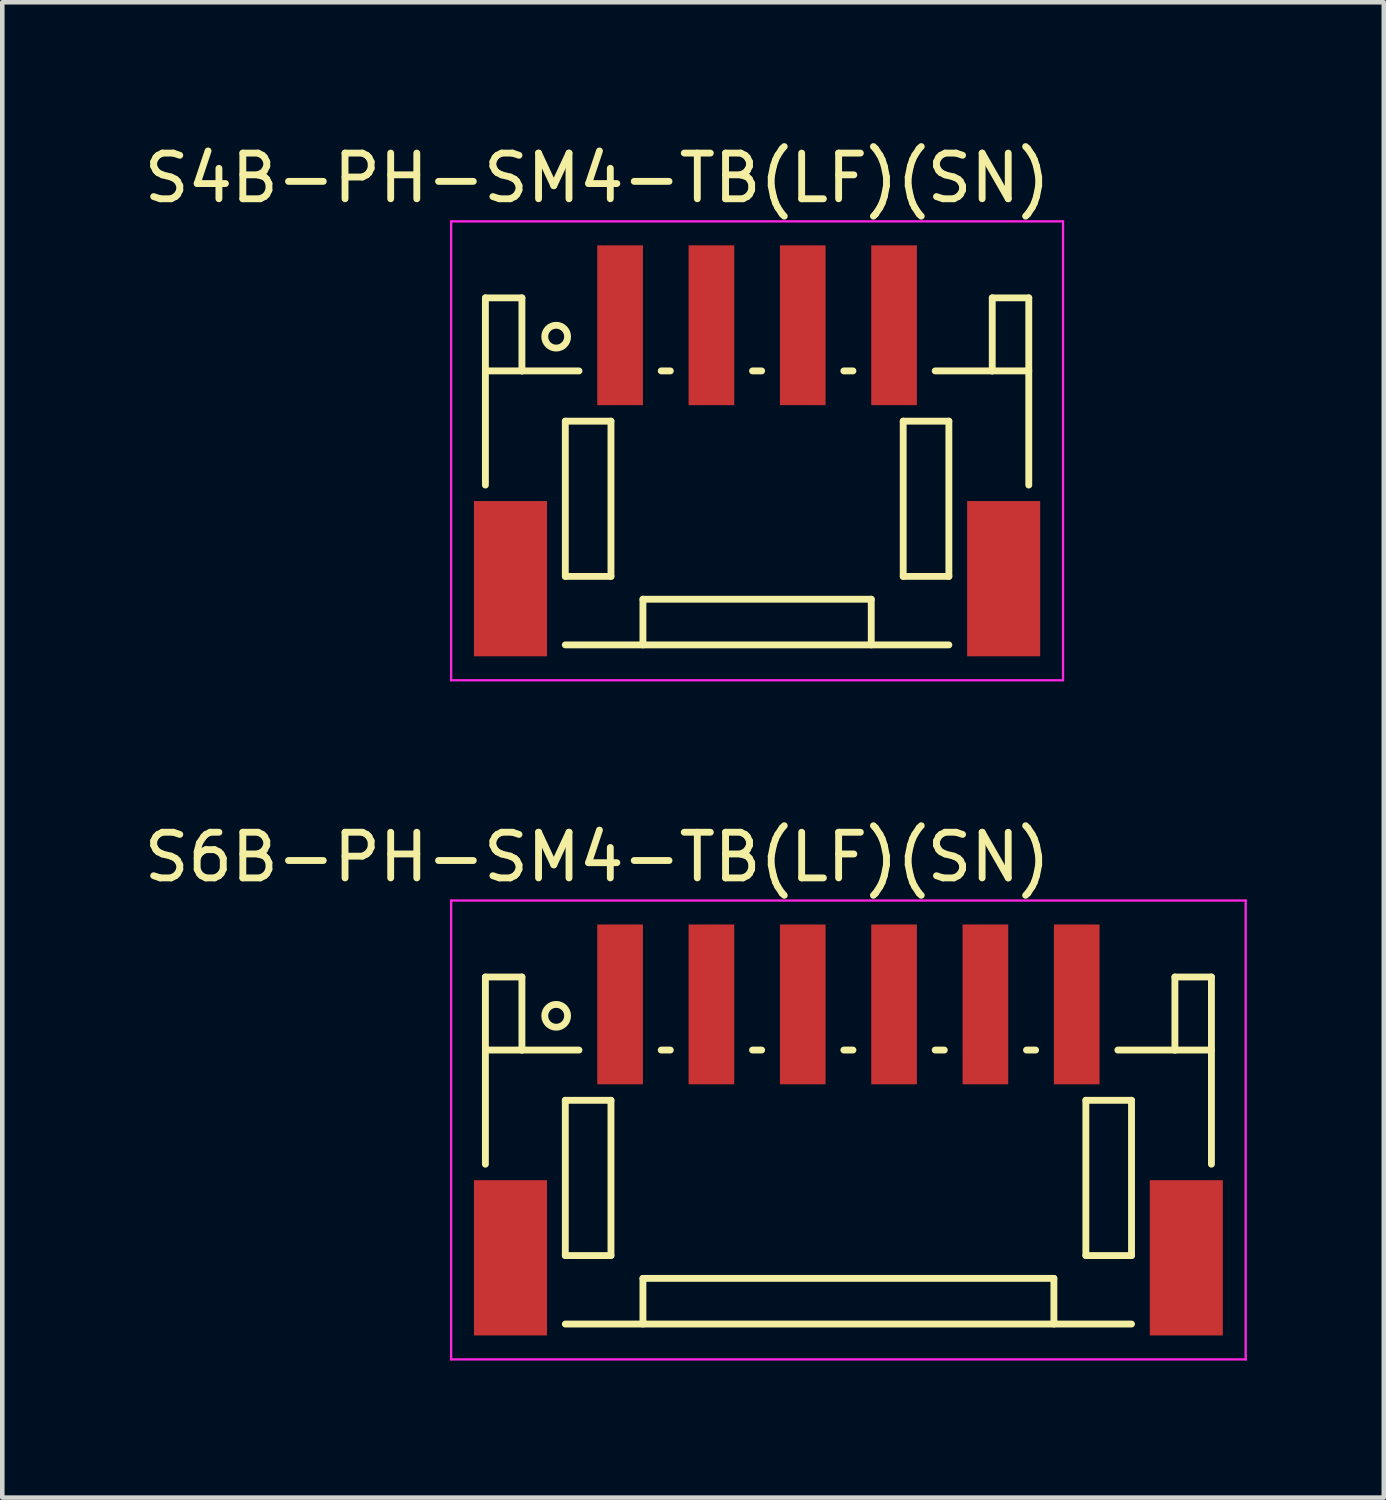
<source format=kicad_pcb>
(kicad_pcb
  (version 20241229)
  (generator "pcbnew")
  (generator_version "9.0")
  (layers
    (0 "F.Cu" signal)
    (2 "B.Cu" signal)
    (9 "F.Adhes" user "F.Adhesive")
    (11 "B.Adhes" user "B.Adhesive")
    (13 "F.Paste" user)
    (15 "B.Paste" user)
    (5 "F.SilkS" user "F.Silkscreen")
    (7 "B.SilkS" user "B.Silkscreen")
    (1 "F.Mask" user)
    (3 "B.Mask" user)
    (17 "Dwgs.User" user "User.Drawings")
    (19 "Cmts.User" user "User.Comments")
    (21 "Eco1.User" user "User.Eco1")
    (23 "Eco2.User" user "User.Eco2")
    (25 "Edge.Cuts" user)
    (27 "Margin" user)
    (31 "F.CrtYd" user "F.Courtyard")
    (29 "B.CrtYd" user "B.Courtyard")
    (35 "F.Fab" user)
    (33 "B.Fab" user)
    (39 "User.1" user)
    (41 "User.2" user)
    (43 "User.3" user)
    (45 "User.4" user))
  (footprint "S6B-PH-SM4-TB(LF)(SN)"
    (layer "F.Cu")
    (at 15.53 21.721)
    (property "Reference" "S6B-PH-SM4-TB(LF)(SN)" (at -5.5 -6 0) (layer "F.SilkS") (effects (font (size 1 1) (thickness 0.15))))
    (attr smd)
    (fp_line (start -7.95 -3.375) (end -7.95 0.725) (stroke (width 0.15) (type solid)) (layer "F.SilkS"))
    (fp_line (start -7.15 -3.375) (end -7.95 -3.375) (stroke (width 0.15) (type solid)) (layer "F.SilkS"))
    (fp_line (start -7.15 -1.775) (end -7.95 -1.775) (stroke (width 0.15) (type solid)) (layer "F.SilkS"))
    (fp_line (start -7.15 -1.775) (end -7.15 -3.375) (stroke (width 0.15) (type solid)) (layer "F.SilkS"))
    (fp_line (start -6.2 -0.675) (end -6.2 2.725) (stroke (width 0.15) (type solid)) (layer "F.SilkS"))
    (fp_line (start -6.2 2.725) (end -5.2 2.725) (stroke (width 0.15) (type solid)) (layer "F.SilkS"))
    (fp_line (start -6.2 4.225) (end 6.2 4.225) (stroke (width 0.15) (type solid)) (layer "F.SilkS"))
    (fp_line (start -5.9 -1.775) (end -7.15 -1.775) (stroke (width 0.15) (type solid)) (layer "F.SilkS"))
    (fp_line (start -5.2 -0.675) (end -6.2 -0.675) (stroke (width 0.15) (type solid)) (layer "F.SilkS"))
    (fp_line (start -5.2 2.725) (end -5.2 -0.675) (stroke (width 0.15) (type solid)) (layer "F.SilkS"))
    (fp_line (start -4.5 3.225) (end 4.5 3.225) (stroke (width 0.15) (type solid)) (layer "F.SilkS"))
    (fp_line (start -4.5 4.225) (end -4.5 3.225) (stroke (width 0.15) (type solid)) (layer "F.SilkS"))
    (fp_line (start -4.1 -1.775) (end -3.9 -1.775) (stroke (width 0.15) (type solid)) (layer "F.SilkS"))
    (fp_line (start -2.1 -1.775) (end -1.9 -1.775) (stroke (width 0.15) (type solid)) (layer "F.SilkS"))
    (fp_line (start -0.1 -1.775) (end 0.1 -1.775) (stroke (width 0.15) (type solid)) (layer "F.SilkS"))
    (fp_line (start 1.9 -1.775) (end 2.1 -1.775) (stroke (width 0.15) (type solid)) (layer "F.SilkS"))
    (fp_line (start 3.9 -1.775) (end 4.1 -1.775) (stroke (width 0.15) (type solid)) (layer "F.SilkS"))
    (fp_line (start 4.5 3.225) (end 4.5 4.225) (stroke (width 0.15) (type solid)) (layer "F.SilkS"))
    (fp_line (start 5.2 -0.675) (end 6.2 -0.675) (stroke (width 0.15) (type solid)) (layer "F.SilkS"))
    (fp_line (start 5.2 2.725) (end 5.2 -0.675) (stroke (width 0.15) (type solid)) (layer "F.SilkS"))
    (fp_line (start 5.9 -1.775) (end 7.15 -1.775) (stroke (width 0.15) (type solid)) (layer "F.SilkS"))
    (fp_line (start 6.2 -0.675) (end 6.2 2.725) (stroke (width 0.15) (type solid)) (layer "F.SilkS"))
    (fp_line (start 6.2 2.725) (end 5.2 2.725) (stroke (width 0.15) (type solid)) (layer "F.SilkS"))
    (fp_line (start 7.15 -3.375) (end 7.95 -3.375) (stroke (width 0.15) (type solid)) (layer "F.SilkS"))
    (fp_line (start 7.15 -1.775) (end 7.15 -3.375) (stroke (width 0.15) (type solid)) (layer "F.SilkS"))
    (fp_line (start 7.15 -1.775) (end 7.95 -1.775) (stroke (width 0.15) (type solid)) (layer "F.SilkS"))
    (fp_line (start 7.95 -3.375) (end 7.95 0.725) (stroke (width 0.15) (type solid)) (layer "F.SilkS"))
    (fp_circle (center -6.4 -2.525) (end -6.15 -2.525) (stroke (width 0.15) (type solid)) (fill no) (layer "F.SilkS"))
    (fp_line (start -8.7 -5.05) (end 8.7 -5.05) (stroke (width 0.05) (type solid)) (layer "F.CrtYd"))
    (fp_line (start -8.7 5) (end -8.7 -5.05) (stroke (width 0.05) (type solid)) (layer "F.CrtYd"))
    (fp_line (start 8.7 -5.05) (end 8.7 5) (stroke (width 0.05) (type solid)) (layer "F.CrtYd"))
    (fp_line (start 8.7 5) (end -8.7 5) (stroke (width 0.05) (type solid)) (layer "F.CrtYd"))
    (pad "" smd rect (at -7.4 2.775) (size 1.6 3.4) (layers "F.Cu" "F.Mask" "F.Paste"))
    (pad "" smd rect (at 7.4 2.775) (size 1.6 3.4) (layers "F.Cu" "F.Mask" "F.Paste"))
    (pad "1" smd rect (at -5 -2.775) (size 1 3.5) (layers "F.Cu" "F.Mask" "F.Paste"))
    (pad "2" smd rect (at -3 -2.775) (size 1 3.5) (layers "F.Cu" "F.Mask" "F.Paste"))
    (pad "3" smd rect (at -1 -2.775) (size 1 3.5) (layers "F.Cu" "F.Mask" "F.Paste"))
    (pad "4" smd rect (at 1 -2.775) (size 1 3.5) (layers "F.Cu" "F.Mask" "F.Paste"))
    (pad "5" smd rect (at 3 -2.775) (size 1 3.5) (layers "F.Cu" "F.Mask" "F.Paste"))
    (pad "6" smd rect (at 5 -2.775) (size 1 3.5) (layers "F.Cu" "F.Mask" "F.Paste")))
  (footprint "S4B-PH-SM4-TB(LF)(SN)"
    (layer "F.Cu")
    (at 13.53 6.848)
    (property "Reference" "S4B-PH-SM4-TB(LF)(SN)" (at -3.5 -6 0) (layer "F.SilkS") (effects (font (size 1 1) (thickness 0.15))))
    (attr smd)
    (fp_line (start -5.95 -3.375) (end -5.95 0.725) (stroke (width 0.15) (type solid)) (layer "F.SilkS"))
    (fp_line (start -5.15 -3.375) (end -5.95 -3.375) (stroke (width 0.15) (type solid)) (layer "F.SilkS"))
    (fp_line (start -5.15 -1.775) (end -5.95 -1.775) (stroke (width 0.15) (type solid)) (layer "F.SilkS"))
    (fp_line (start -5.15 -1.775) (end -5.15 -3.375) (stroke (width 0.15) (type solid)) (layer "F.SilkS"))
    (fp_line (start -4.2 -0.675) (end -4.2 2.725) (stroke (width 0.15) (type solid)) (layer "F.SilkS"))
    (fp_line (start -4.2 2.725) (end -3.2 2.725) (stroke (width 0.15) (type solid)) (layer "F.SilkS"))
    (fp_line (start -4.2 4.225) (end 4.2 4.225) (stroke (width 0.15) (type solid)) (layer "F.SilkS"))
    (fp_line (start -3.9 -1.775) (end -5.15 -1.775) (stroke (width 0.15) (type solid)) (layer "F.SilkS"))
    (fp_line (start -3.2 -0.675) (end -4.2 -0.675) (stroke (width 0.15) (type solid)) (layer "F.SilkS"))
    (fp_line (start -3.2 2.725) (end -3.2 -0.675) (stroke (width 0.15) (type solid)) (layer "F.SilkS"))
    (fp_line (start -2.5 3.225) (end 2.5 3.225) (stroke (width 0.15) (type solid)) (layer "F.SilkS"))
    (fp_line (start -2.5 4.225) (end -2.5 3.225) (stroke (width 0.15) (type solid)) (layer "F.SilkS"))
    (fp_line (start -2.1 -1.775) (end -1.9 -1.775) (stroke (width 0.15) (type solid)) (layer "F.SilkS"))
    (fp_line (start -0.1 -1.775) (end 0.1 -1.775) (stroke (width 0.15) (type solid)) (layer "F.SilkS"))
    (fp_line (start 1.9 -1.775) (end 2.1 -1.775) (stroke (width 0.15) (type solid)) (layer "F.SilkS"))
    (fp_line (start 2.5 3.225) (end 2.5 4.225) (stroke (width 0.15) (type solid)) (layer "F.SilkS"))
    (fp_line (start 3.2 -0.675) (end 4.2 -0.675) (stroke (width 0.15) (type solid)) (layer "F.SilkS"))
    (fp_line (start 3.2 2.725) (end 3.2 -0.675) (stroke (width 0.15) (type solid)) (layer "F.SilkS"))
    (fp_line (start 3.9 -1.775) (end 5.15 -1.775) (stroke (width 0.15) (type solid)) (layer "F.SilkS"))
    (fp_line (start 4.2 -0.675) (end 4.2 2.725) (stroke (width 0.15) (type solid)) (layer "F.SilkS"))
    (fp_line (start 4.2 2.725) (end 3.2 2.725) (stroke (width 0.15) (type solid)) (layer "F.SilkS"))
    (fp_line (start 5.15 -3.375) (end 5.95 -3.375) (stroke (width 0.15) (type solid)) (layer "F.SilkS"))
    (fp_line (start 5.15 -1.775) (end 5.15 -3.375) (stroke (width 0.15) (type solid)) (layer "F.SilkS"))
    (fp_line (start 5.15 -1.775) (end 5.95 -1.775) (stroke (width 0.15) (type solid)) (layer "F.SilkS"))
    (fp_line (start 5.95 -3.375) (end 5.95 0.725) (stroke (width 0.15) (type solid)) (layer "F.SilkS"))
    (fp_circle (center -4.4 -2.525) (end -4.15 -2.525) (stroke (width 0.15) (type solid)) (fill no) (layer "F.SilkS"))
    (fp_line (start -6.7 -5.05) (end 6.7 -5.05) (stroke (width 0.05) (type solid)) (layer "F.CrtYd"))
    (fp_line (start -6.7 5) (end -6.7 -5.05) (stroke (width 0.05) (type solid)) (layer "F.CrtYd"))
    (fp_line (start 6.7 -5.05) (end 6.7 5) (stroke (width 0.05) (type solid)) (layer "F.CrtYd"))
    (fp_line (start 6.7 5) (end -6.7 5) (stroke (width 0.05) (type solid)) (layer "F.CrtYd"))
    (pad "" smd rect (at -5.4 2.775) (size 1.6 3.4) (layers "F.Cu" "F.Mask" "F.Paste"))
    (pad "" smd rect (at 5.4 2.775) (size 1.6 3.4) (layers "F.Cu" "F.Mask" "F.Paste"))
    (pad "1" smd rect (at -3 -2.775) (size 1 3.5) (layers "F.Cu" "F.Mask" "F.Paste"))
    (pad "2" smd rect (at -1 -2.775) (size 1 3.5) (layers "F.Cu" "F.Mask" "F.Paste"))
    (pad "3" smd rect (at 1 -2.775) (size 1 3.5) (layers "F.Cu" "F.Mask" "F.Paste"))
    (pad "4" smd rect (at 3 -2.775) (size 1 3.5) (layers "F.Cu" "F.Mask" "F.Paste")))
  (gr_rect
    (start -3 -3)
    (end 27.255 29.747)
    (stroke (width 0.1) (type default))
    (fill no)
    (layer "Edge.Cuts")))
</source>
